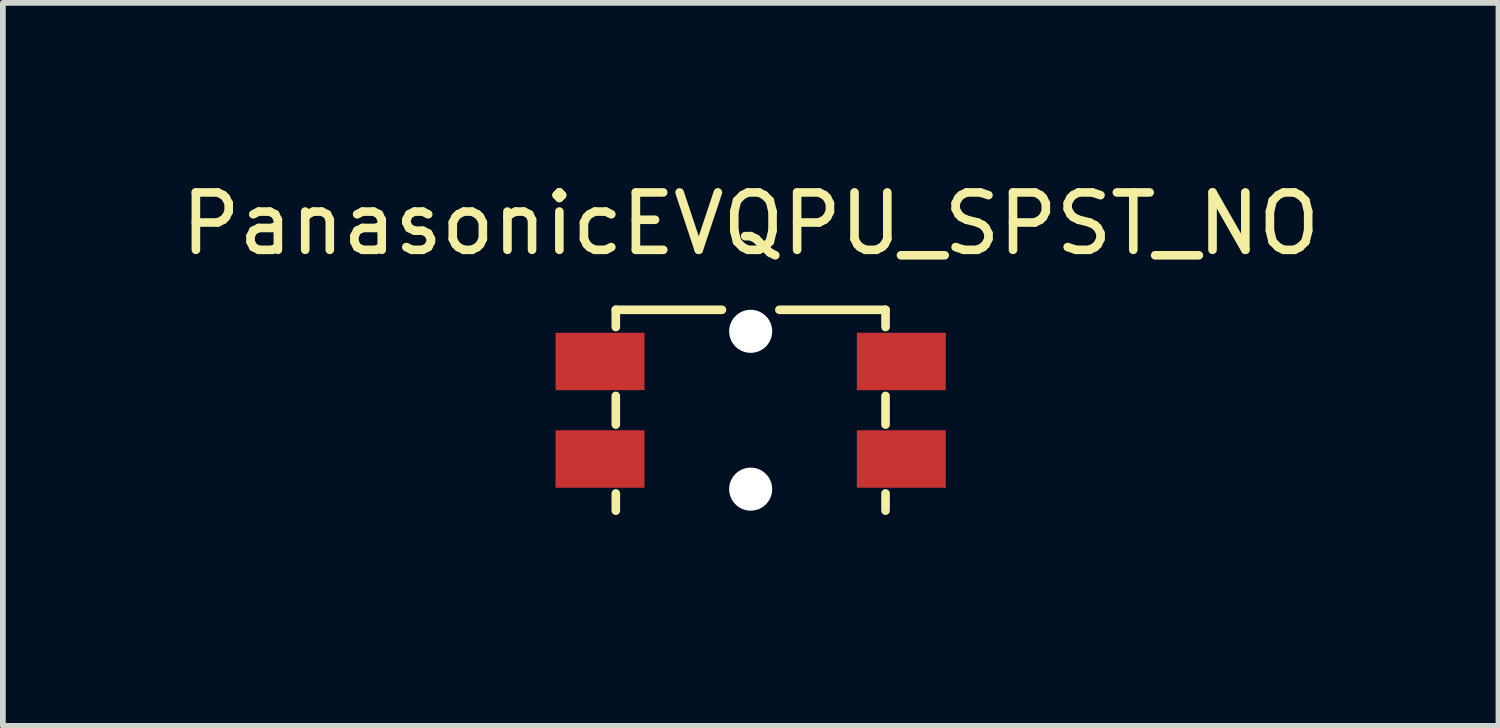
<source format=kicad_pcb>
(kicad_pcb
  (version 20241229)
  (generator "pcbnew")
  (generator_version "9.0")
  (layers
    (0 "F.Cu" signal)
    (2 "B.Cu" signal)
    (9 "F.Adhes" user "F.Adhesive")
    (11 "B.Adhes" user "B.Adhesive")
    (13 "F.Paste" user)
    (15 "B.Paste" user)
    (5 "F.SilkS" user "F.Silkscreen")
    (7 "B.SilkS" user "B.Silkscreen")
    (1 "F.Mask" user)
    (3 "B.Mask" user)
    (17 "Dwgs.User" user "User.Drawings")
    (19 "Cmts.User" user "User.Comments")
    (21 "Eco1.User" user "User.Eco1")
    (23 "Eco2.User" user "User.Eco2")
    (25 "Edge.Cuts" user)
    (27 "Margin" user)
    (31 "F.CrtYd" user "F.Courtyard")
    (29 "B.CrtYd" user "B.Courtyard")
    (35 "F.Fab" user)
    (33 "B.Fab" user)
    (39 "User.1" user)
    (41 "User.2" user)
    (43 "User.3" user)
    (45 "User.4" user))
  (footprint "PanasonicEVQPU_SPST_NO"
    (layer "F.Cu")
    (at 10.03 6.348)
    (property "Reference" "PanasonicEVQPU_SPST_NO" (at 0 -5.5 0) (layer "F.SilkS") (effects (font (size 1 1) (thickness 0.15))))
    (attr through_hole)
    (fp_line (start -2.35 -4) (end -2.35 -3.7) (stroke (width 0.15) (type solid)) (layer "F.SilkS"))
    (fp_line (start -2.35 -4) (end -0.5 -4) (stroke (width 0.15) (type solid)) (layer "F.SilkS"))
    (fp_line (start -2.35 -2.5) (end -2.35 -2) (stroke (width 0.15) (type solid)) (layer "F.SilkS"))
    (fp_line (start -2.35 -0.8) (end -2.35 -0.5) (stroke (width 0.15) (type solid)) (layer "F.SilkS"))
    (fp_line (start 0.5 -4) (end 2.35 -4) (stroke (width 0.15) (type solid)) (layer "F.SilkS"))
    (fp_line (start 2.35 -4) (end 2.35 -3.7) (stroke (width 0.15) (type solid)) (layer "F.SilkS"))
    (fp_line (start 2.35 -2.5) (end 2.35 -2) (stroke (width 0.15) (type solid)) (layer "F.SilkS"))
    (fp_line (start 2.35 -0.8) (end 2.35 -0.5) (stroke (width 0.15) (type solid)) (layer "F.SilkS"))
    (pad "" np_thru_hole circle (at 0 -3.625) (size 0.75 0.75) (drill 0.75) (layers "*.Cu" "*.Mask"))
    (pad "" np_thru_hole circle (at 0 -0.875) (size 0.75 0.75) (drill 0.75) (layers "*.Cu" "*.Mask"))
    (pad "1" smd rect (at -2.625 -1.4) (size 1.55 1) (layers "F.Cu" "F.Mask" "F.Paste"))
    (pad "1" smd rect (at 2.625 -1.4) (size 1.55 1) (layers "F.Cu" "F.Mask" "F.Paste"))
    (pad "2" smd rect (at -2.625 -3.1) (size 1.55 1) (layers "F.Cu" "F.Mask" "F.Paste"))
    (pad "2" smd rect (at 2.625 -3.1) (size 1.55 1) (layers "F.Cu" "F.Mask" "F.Paste")))
  (gr_rect
    (start -3 -3)
    (end 23.06 9.598)
    (stroke (width 0.1) (type default))
    (fill no)
    (layer "Edge.Cuts")))
</source>
